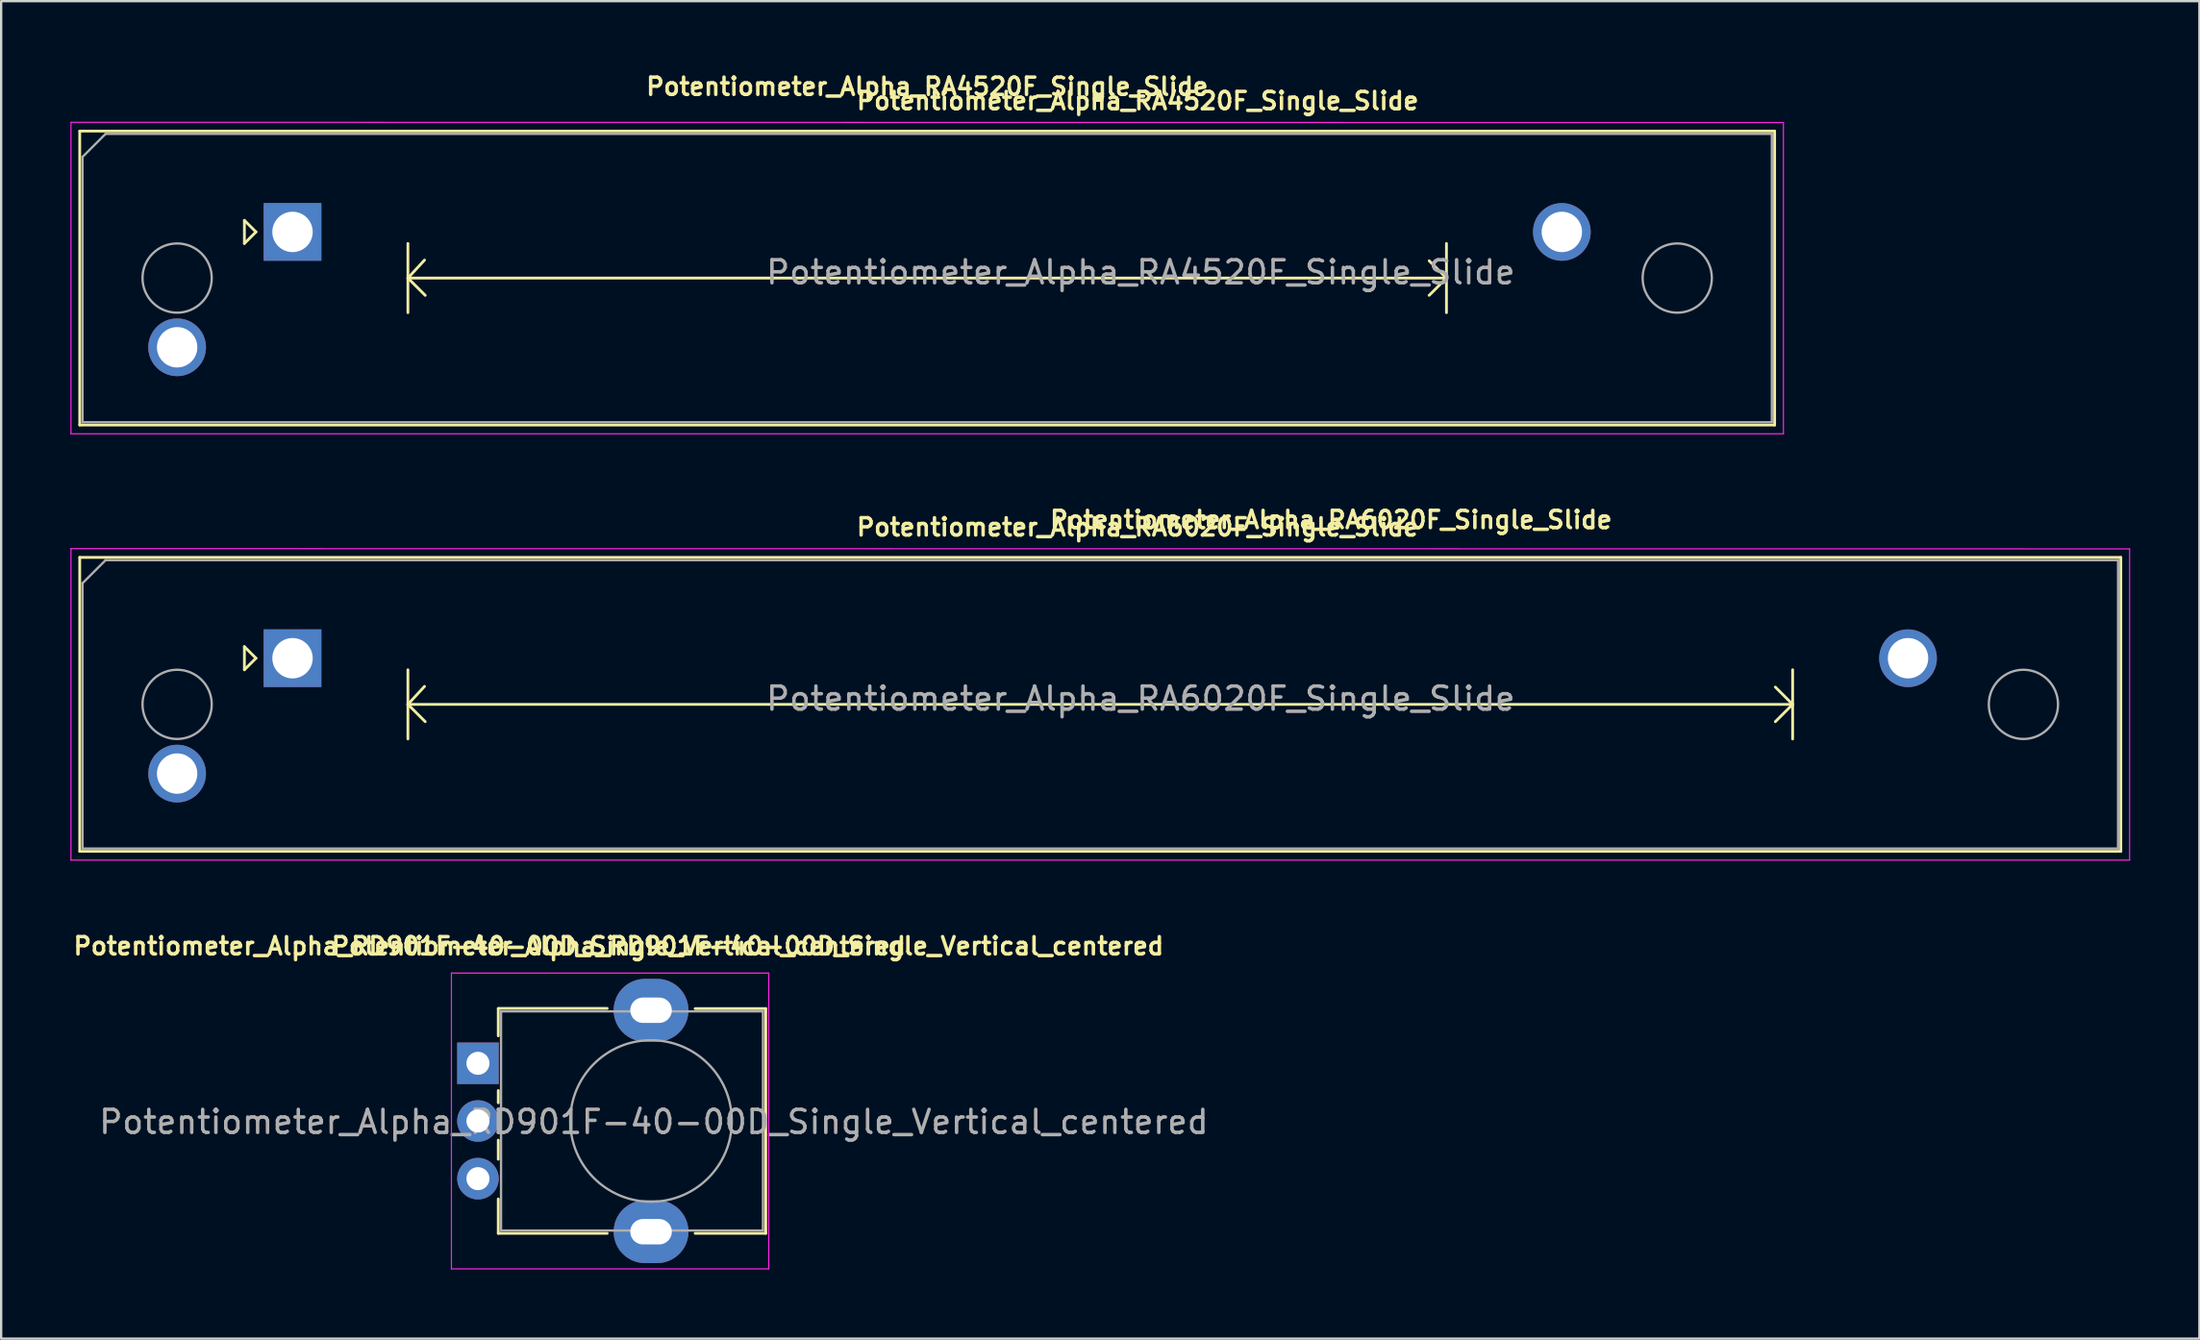
<source format=kicad_pcb>
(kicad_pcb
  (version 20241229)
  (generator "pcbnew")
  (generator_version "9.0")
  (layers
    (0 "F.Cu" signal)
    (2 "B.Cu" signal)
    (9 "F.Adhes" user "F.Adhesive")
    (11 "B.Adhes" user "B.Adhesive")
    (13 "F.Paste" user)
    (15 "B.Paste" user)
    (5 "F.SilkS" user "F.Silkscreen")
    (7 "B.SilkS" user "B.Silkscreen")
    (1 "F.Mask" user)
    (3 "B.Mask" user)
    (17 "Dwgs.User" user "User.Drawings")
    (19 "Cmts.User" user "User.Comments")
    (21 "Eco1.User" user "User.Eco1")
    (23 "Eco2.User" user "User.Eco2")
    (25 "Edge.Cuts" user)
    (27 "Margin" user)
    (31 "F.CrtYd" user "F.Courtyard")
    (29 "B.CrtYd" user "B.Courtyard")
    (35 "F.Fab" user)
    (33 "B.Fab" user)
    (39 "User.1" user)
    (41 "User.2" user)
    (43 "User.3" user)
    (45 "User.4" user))
  (footprint "Potentiometer_Alpha_RA4520F_Single_Slide"
    (layer "F.Cu")
    (at 9.625 7.002)
    (property "Reference" "Potentiometer_Alpha_RA4520F_Single_Slide" (at 36.62 -5.68 0) (layer "F.SilkS") (effects (font (size 0.75 0.75) (thickness 0.15))))
    (property "Value" "Potentiometer_Alpha_RA4520F_Single_Slide" (at 27.6 10.8 0) (layer "F.Fab") (hide yes) (effects (font (size 1 1) (thickness 0.15))))
    (attr through_hole)
    (fp_line (start -9.22 -4.37) (end -9.22 8.37) (stroke (width 0.12) (type solid)) (layer "F.SilkS"))
    (fp_line (start -9.22 -4.37) (end 64.22 -4.37) (stroke (width 0.12) (type solid)) (layer "F.SilkS"))
    (fp_line (start -9.22 8.37) (end 64.22 8.37) (stroke (width 0.12) (type solid)) (layer "F.SilkS"))
    (fp_line (start -2.085 -0.5) (end -2.085 0.5) (stroke (width 0.12) (type solid)) (layer "F.SilkS"))
    (fp_line (start -2.085 0.5) (end -1.585 0) (stroke (width 0.12) (type solid)) (layer "F.SilkS"))
    (fp_line (start -1.585 0) (end -2.085 -0.5) (stroke (width 0.12) (type solid)) (layer "F.SilkS"))
    (fp_line (start 5 0.5) (end 5 3.5) (stroke (width 0.12) (type solid)) (layer "F.SilkS"))
    (fp_line (start 5 2) (end 5.75 2.75) (stroke (width 0.12) (type solid)) (layer "F.SilkS"))
    (fp_line (start 5 2) (end 50 2) (stroke (width 0.12) (type solid)) (layer "F.SilkS"))
    (fp_line (start 5.72 1.22) (end 5 2) (stroke (width 0.12) (type solid)) (layer "F.SilkS"))
    (fp_line (start 49.25 1.25) (end 50 2) (stroke (width 0.12) (type solid)) (layer "F.SilkS"))
    (fp_line (start 50 0.5) (end 50 3.5) (stroke (width 0.12) (type solid)) (layer "F.SilkS"))
    (fp_line (start 50 2) (end 49.25 2.75) (stroke (width 0.12) (type solid)) (layer "F.SilkS"))
    (fp_line (start 64.22 -4.37) (end 64.22 8.37) (stroke (width 0.12) (type solid)) (layer "F.SilkS"))
    (fp_line (start -9.6 -4.75) (end -9.6 8.75) (stroke (width 0.05) (type solid)) (layer "F.CrtYd"))
    (fp_line (start -9.6 8.75) (end 64.6 8.75) (stroke (width 0.05) (type solid)) (layer "F.CrtYd"))
    (fp_line (start 64.6 -4.74) (end -9.6 -4.75) (stroke (width 0.05) (type solid)) (layer "F.CrtYd"))
    (fp_line (start 64.6 8.75) (end 64.6 -4.74) (stroke (width 0.05) (type solid)) (layer "F.CrtYd"))
    (fp_line (start -9.1 -3.25) (end -8.1 -4.25) (stroke (width 0.1) (type solid)) (layer "F.Fab"))
    (fp_line (start -9.1 8.25) (end -9.1 -3.25) (stroke (width 0.1) (type solid)) (layer "F.Fab"))
    (fp_line (start -8.1 -4.25) (end 64.1 -4.25) (stroke (width 0.1) (type solid)) (layer "F.Fab"))
    (fp_line (start 64.1 -4.25) (end 64.1 8.25) (stroke (width 0.1) (type solid)) (layer "F.Fab"))
    (fp_line (start 64.1 8.25) (end -9.1 8.25) (stroke (width 0.1) (type solid)) (layer "F.Fab"))
    (fp_circle (center -5 2) (end -3.5 2) (stroke (width 0.1) (type solid)) (fill no) (layer "F.Fab"))
    (fp_circle (center 60 2) (end 61.5 2) (stroke (width 0.1) (type solid)) (fill no) (layer "F.Fab"))
    (fp_text user "${VALUE}" (at 27.5 -6.3 0) (layer "F.SilkS") (effects (font (size 0.75 0.75) (thickness 0.15))))
    (fp_text user "${REFERENCE}" (at 36.75 1.75 0) (layer "F.Fab") (effects (font (size 1 1) (thickness 0.15))))
    (pad "1" thru_hole rect (at 0 0) (size 2.5 2.5) (drill 1.75) (layers "*.Cu" "*.Mask"))
    (pad "2" thru_hole circle (at -5 5) (size 2.5 2.5) (drill 1.75) (layers "*.Cu" "*.Mask"))
    (pad "3" thru_hole circle (at 55 0) (size 2.5 2.5) (drill 1.75) (layers "*.Cu" "*.Mask")))
  (footprint "Potentiometer_Alpha_RD901F-40-00D_Single_Vertical_centered"
    (layer "F.Cu")
    (at 25.16 45.536)
    (property "Reference" "Potentiometer_Alpha_RD901F-40-00D_Single_Vertical_centered" (at -6.992 -7.58 180) (layer "F.SilkS") (effects (font (size 0.75 0.75) (thickness 0.15))))
    (property "Value" "Potentiometer_Alpha_RD901F-40-00D_Single_Vertical_centered" (at -7.5 7.36 180) (layer "F.Fab") (hide yes) (effects (font (size 1 1) (thickness 0.15))))
    (attr through_hole)
    (fp_line (start -6.62 -4.88) (end -1.9 -4.88) (stroke (width 0.12) (type solid)) (layer "F.SilkS"))
    (fp_line (start -6.62 -3.69) (end -6.62 -4.87) (stroke (width 0.12) (type solid)) (layer "F.SilkS"))
    (fp_line (start -6.62 -0.79) (end -6.62 -1.32) (stroke (width 0.12) (type solid)) (layer "F.SilkS"))
    (fp_line (start -6.62 1.66) (end -6.62 0.83) (stroke (width 0.12) (type solid)) (layer "F.SilkS"))
    (fp_line (start -6.62 4.87) (end -6.62 3.38) (stroke (width 0.12) (type solid)) (layer "F.SilkS"))
    (fp_line (start -6.62 4.87) (end -1.9 4.87) (stroke (width 0.12) (type solid)) (layer "F.SilkS"))
    (fp_line (start 1.91 -4.87) (end 4.97 -4.87) (stroke (width 0.12) (type solid)) (layer "F.SilkS"))
    (fp_line (start 1.91 4.87) (end 4.97 4.87) (stroke (width 0.12) (type solid)) (layer "F.SilkS"))
    (fp_line (start 4.97 4.87) (end 4.97 -4.87) (stroke (width 0.12) (type solid)) (layer "F.SilkS"))
    (fp_line (start -8.65 -6.41) (end -8.65 6.41) (stroke (width 0.05) (type solid)) (layer "F.CrtYd"))
    (fp_line (start -8.65 6.41) (end 5.1 6.41) (stroke (width 0.05) (type solid)) (layer "F.CrtYd"))
    (fp_line (start 5.1 -6.41) (end -8.65 -6.41) (stroke (width 0.05) (type solid)) (layer "F.CrtYd"))
    (fp_line (start 5.1 6.41) (end 5.1 -6.41) (stroke (width 0.05) (type solid)) (layer "F.CrtYd"))
    (fp_line (start -6.5 -4.75) (end 4.85 -4.75) (stroke (width 0.1) (type solid)) (layer "F.Fab"))
    (fp_line (start -6.5 4.75) (end -6.5 -4.75) (stroke (width 0.1) (type solid)) (layer "F.Fab"))
    (fp_line (start -6.5 4.75) (end 4.85 4.75) (stroke (width 0.1) (type solid)) (layer "F.Fab"))
    (fp_line (start 4.85 4.75) (end 4.85 -4.75) (stroke (width 0.1) (type solid)) (layer "F.Fab"))
    (fp_circle (center 0 0) (end 0 -3.5) (stroke (width 0.1) (type solid)) (fill no) (layer "F.Fab"))
    (fp_text user "${VALUE}" (at 4.184 -7.58 0) (layer "F.SilkS") (effects (font (size 0.75 0.75) (thickness 0.15))))
    (fp_text user "${REFERENCE}" (at 0.12 0.04 0) (layer "F.Fab") (effects (font (size 1 1) (thickness 0.15))))
    (pad "" thru_hole oval (at 0 -4.8 90) (size 2.72 3.24) (drill oval 1.1 1.8) (layers "*.Cu" "*.Mask"))
    (pad "" thru_hole oval (at 0 4.8 90) (size 2.72 3.24) (drill oval 1.1 1.8) (layers "*.Cu" "*.Mask"))
    (pad "1" thru_hole rect (at -7.5 -2.5 90) (size 1.8 1.8) (drill 1) (layers "*.Cu" "*.Mask"))
    (pad "2" thru_hole circle (at -7.5 0 90) (size 1.8 1.8) (drill 1) (layers "*.Cu" "*.Mask"))
    (pad "3" thru_hole circle (at -7.5 2.5 90) (size 1.8 1.8) (drill 1) (layers "*.Cu" "*.Mask")))
  (footprint "Potentiometer_Alpha_RA6020F_Single_Slide"
    (layer "F.Cu")
    (at 9.625 25.479)
    (property "Reference" "Potentiometer_Alpha_RA6020F_Single_Slide" (at 36.62 -5.68 0) (layer "F.SilkS") (effects (font (size 0.75 0.75) (thickness 0.15))))
    (property "Value" "Potentiometer_Alpha_RA6020F_Single_Slide" (at 36.35 10.17 0) (layer "F.Fab") (hide yes) (effects (font (size 1 1) (thickness 0.15))))
    (attr through_hole)
    (fp_line (start -9.22 -4.37) (end -9.22 8.37) (stroke (width 0.12) (type solid)) (layer "F.SilkS"))
    (fp_line (start -9.22 -4.37) (end 79.22 -4.37) (stroke (width 0.12) (type solid)) (layer "F.SilkS"))
    (fp_line (start -9.22 8.37) (end 79.22 8.37) (stroke (width 0.12) (type solid)) (layer "F.SilkS"))
    (fp_line (start -2.085 -0.5) (end -2.085 0.5) (stroke (width 0.12) (type solid)) (layer "F.SilkS"))
    (fp_line (start -2.085 0.5) (end -1.585 0) (stroke (width 0.12) (type solid)) (layer "F.SilkS"))
    (fp_line (start -1.585 0) (end -2.085 -0.5) (stroke (width 0.12) (type solid)) (layer "F.SilkS"))
    (fp_line (start 5 0.5) (end 5 3.5) (stroke (width 0.12) (type solid)) (layer "F.SilkS"))
    (fp_line (start 5 2) (end 5.75 2.75) (stroke (width 0.12) (type solid)) (layer "F.SilkS"))
    (fp_line (start 5 2) (end 65 2) (stroke (width 0.12) (type solid)) (layer "F.SilkS"))
    (fp_line (start 5.72 1.22) (end 5 2) (stroke (width 0.12) (type solid)) (layer "F.SilkS"))
    (fp_line (start 64.25 1.25) (end 65 2) (stroke (width 0.12) (type solid)) (layer "F.SilkS"))
    (fp_line (start 65 0.5) (end 65 3.5) (stroke (width 0.12) (type solid)) (layer "F.SilkS"))
    (fp_line (start 65 2) (end 64.25 2.75) (stroke (width 0.12) (type solid)) (layer "F.SilkS"))
    (fp_line (start 79.22 -4.37) (end 79.22 8.37) (stroke (width 0.12) (type solid)) (layer "F.SilkS"))
    (fp_line (start -9.6 -4.75) (end -9.6 8.75) (stroke (width 0.05) (type solid)) (layer "F.CrtYd"))
    (fp_line (start -9.6 8.75) (end 79.6 8.75) (stroke (width 0.05) (type solid)) (layer "F.CrtYd"))
    (fp_line (start 79.6 -4.74) (end -9.6 -4.75) (stroke (width 0.05) (type solid)) (layer "F.CrtYd"))
    (fp_line (start 79.6 8.75) (end 79.6 -4.74) (stroke (width 0.05) (type solid)) (layer "F.CrtYd"))
    (fp_line (start -9.1 -3.25) (end -8.1 -4.25) (stroke (width 0.1) (type solid)) (layer "F.Fab"))
    (fp_line (start -9.1 8.25) (end -9.1 -3.25) (stroke (width 0.1) (type solid)) (layer "F.Fab"))
    (fp_line (start -8.1 -4.25) (end 79.1 -4.25) (stroke (width 0.1) (type solid)) (layer "F.Fab"))
    (fp_line (start 79.1 -4.25) (end 79.1 8.25) (stroke (width 0.1) (type solid)) (layer "F.Fab"))
    (fp_line (start 79.1 8.25) (end -9.1 8.25) (stroke (width 0.1) (type solid)) (layer "F.Fab"))
    (fp_circle (center -5 2) (end -3.5 2) (stroke (width 0.1) (type solid)) (fill no) (layer "F.Fab"))
    (fp_circle (center 75 2) (end 76.5 2) (stroke (width 0.1) (type solid)) (fill no) (layer "F.Fab"))
    (fp_text user "${VALUE}" (at 45 -6 0) (layer "F.SilkS") (effects (font (size 0.75 0.75) (thickness 0.15))))
    (fp_text user "${REFERENCE}" (at 36.75 1.75 0) (layer "F.Fab") (effects (font (size 1 1) (thickness 0.15))))
    (pad "1" thru_hole rect (at 0 0) (size 2.5 2.5) (drill 1.75) (layers "*.Cu" "*.Mask"))
    (pad "2" thru_hole circle (at -5 5) (size 2.5 2.5) (drill 1.75) (layers "*.Cu" "*.Mask"))
    (pad "3" thru_hole circle (at 70 0) (size 2.5 2.5) (drill 1.75) (layers "*.Cu" "*.Mask")))
  (gr_rect
    (start -3 -3)
    (end 92.25 54.971)
    (stroke (width 0.1) (type default))
    (fill no)
    (layer "Edge.Cuts")))
</source>
